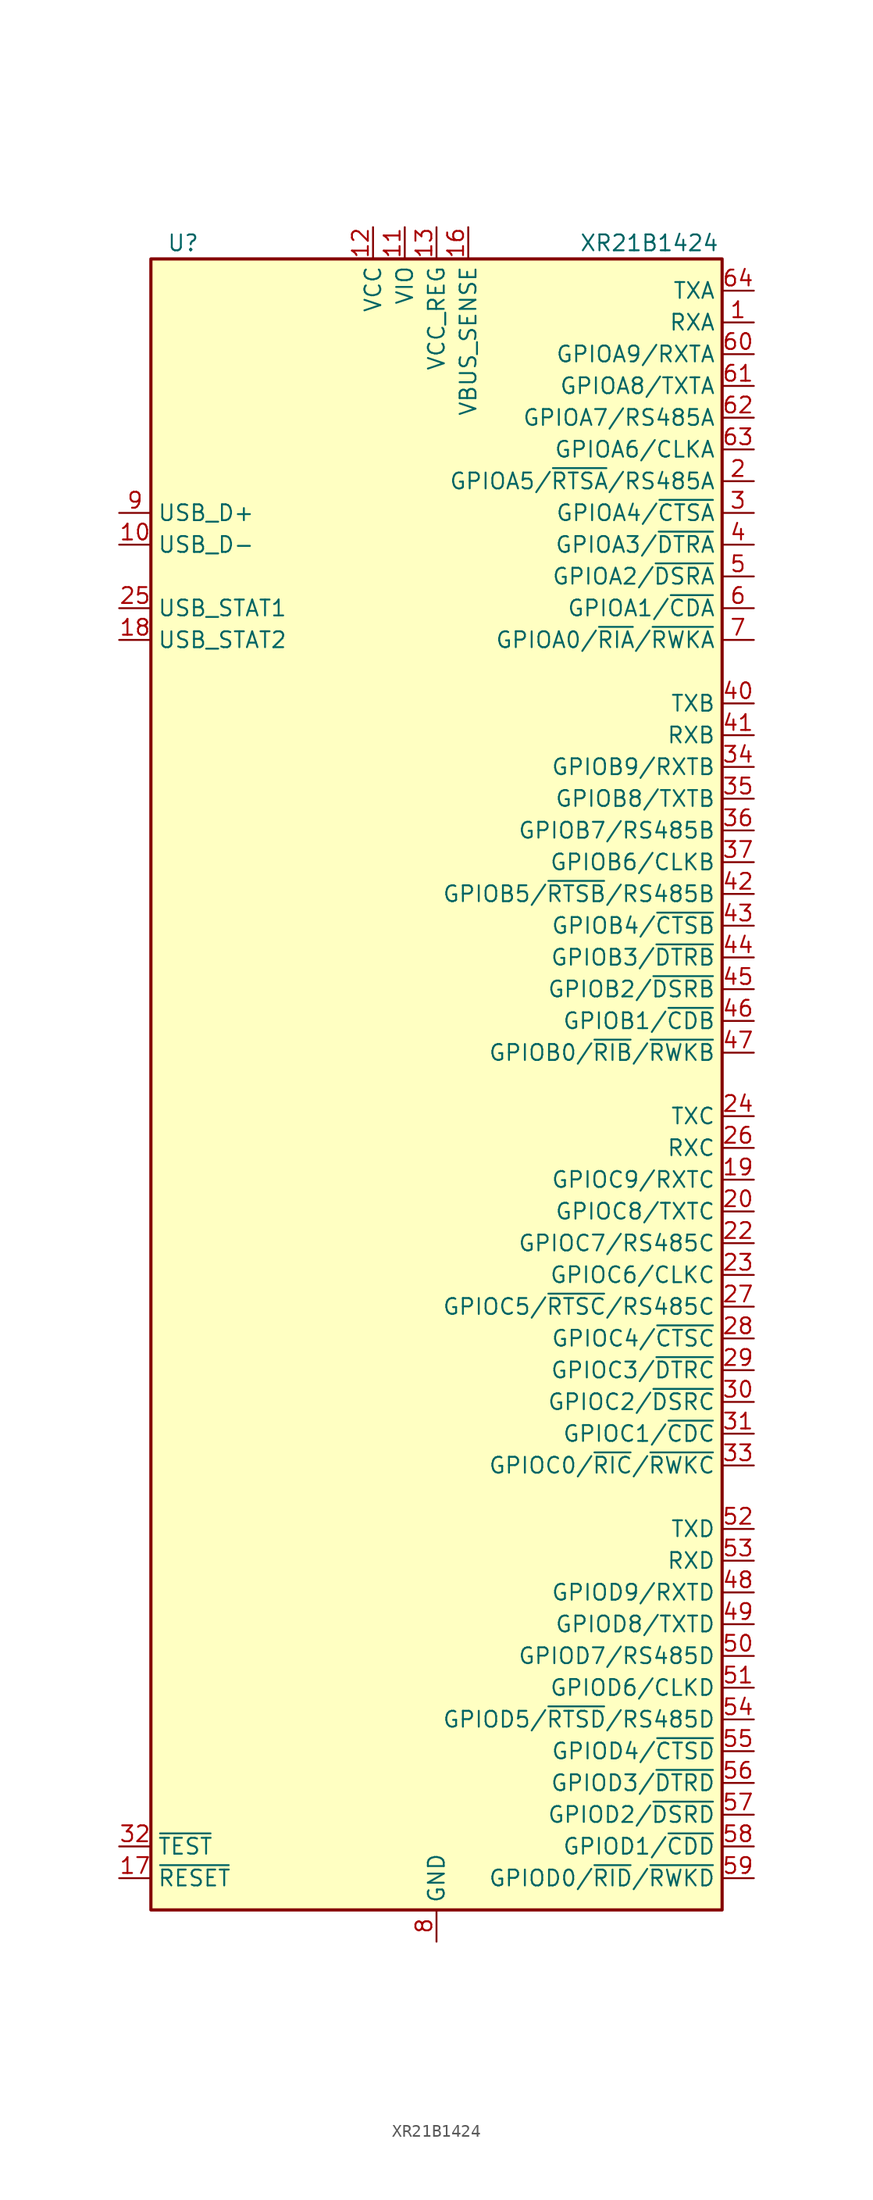
<source format=kicad_sym>
(kicad_symbol_lib
  (version 20231120)
  (generator "kicad_symbol_editor")
  (generator_version "8.0")
  (symbol "XR21B1424"
    (property "Reference" "U"
      (at -21.59 67.31 0)
      (effects (font (size 1.27 1.27)) (justify left)))
    (property "Value" "XR21B1424"
      (at 11.43 67.31 0)
      (effects (font (size 1.27 1.27)) (justify left)))
    (symbol "XR21B1424_0_1"
      (rectangle (start -22.86 66.04) (end 22.86 -66.04) (stroke (width 0.254) (type default)) (fill (type background))))
    (symbol "XR21B1424_1_1"
      (pin input line (at 25.4 60.96 180) (length 2.54) (name "RXA" (effects (font (size 1.27 1.27)))) (number "1" (effects (font (size 1.27 1.27)))))
      (pin bidirectional line (at -25.4 43.18 0) (length 2.54) (name "USB_D-" (effects (font (size 1.27 1.27)))) (number "10" (effects (font (size 1.27 1.27)))))
      (pin power_in line (at -2.54 68.58 270) (length 2.54) (name "VIO" (effects (font (size 1.27 1.27)))) (number "11" (effects (font (size 1.27 1.27)))))
      (pin power_in line (at -5.08 68.58 270) (length 2.54) (name "VCC" (effects (font (size 1.27 1.27)))) (number "12" (effects (font (size 1.27 1.27)))))
      (pin power_in line (at 0 68.58 270) (length 2.54) (name "VCC_REG" (effects (font (size 1.27 1.27)))) (number "13" (effects (font (size 1.27 1.27)))))
      (pin passive line (at 0 -68.58 90) (length 2.54) hide (name "GND" (effects (font (size 1.27 1.27)))) (number "14" (effects (font (size 1.27 1.27)))))
      (pin passive line (at 0 -68.58 90) (length 2.54) hide (name "GND" (effects (font (size 1.27 1.27)))) (number "15" (effects (font (size 1.27 1.27)))))
      (pin input line (at 2.54 68.58 270) (length 2.54) (name "VBUS_SENSE" (effects (font (size 1.27 1.27)))) (number "16" (effects (font (size 1.27 1.27)))))
      (pin passive line (at -25.4 -63.5 0) (length 2.54) (name "~{RESET}" (effects (font (size 1.27 1.27)))) (number "17" (effects (font (size 1.27 1.27)))))
      (pin output line (at -25.4 35.56 0) (length 2.54) (name "USB_STAT2" (effects (font (size 1.27 1.27)))) (number "18" (effects (font (size 1.27 1.27)))))
      (pin bidirectional line (at 25.4 -7.62 180) (length 2.54) (name "GPIOC9/RXTC" (effects (font (size 1.27 1.27)))) (number "19" (effects (font (size 1.27 1.27)))))
      (pin bidirectional line (at 25.4 48.26 180) (length 2.54) (name "GPIOA5/~{RTSA}/RS485A" (effects (font (size 1.27 1.27)))) (number "2" (effects (font (size 1.27 1.27)))))
      (pin bidirectional line (at 25.4 -10.16 180) (length 2.54) (name "GPIOC8/TXTC" (effects (font (size 1.27 1.27)))) (number "20" (effects (font (size 1.27 1.27)))))
      (pin passive line (at 0 -68.58 90) (length 2.54) hide (name "GND" (effects (font (size 1.27 1.27)))) (number "21" (effects (font (size 1.27 1.27)))))
      (pin bidirectional line (at 25.4 -12.7 180) (length 2.54) (name "GPIOC7/RS485C" (effects (font (size 1.27 1.27)))) (number "22" (effects (font (size 1.27 1.27)))))
      (pin bidirectional line (at 25.4 -15.24 180) (length 2.54) (name "GPIOC6/CLKC" (effects (font (size 1.27 1.27)))) (number "23" (effects (font (size 1.27 1.27)))))
      (pin output line (at 25.4 -2.54 180) (length 2.54) (name "TXC" (effects (font (size 1.27 1.27)))) (number "24" (effects (font (size 1.27 1.27)))))
      (pin output line (at -25.4 38.1 0) (length 2.54) (name "USB_STAT1" (effects (font (size 1.27 1.27)))) (number "25" (effects (font (size 1.27 1.27)))))
      (pin input line (at 25.4 -5.08 180) (length 2.54) (name "RXC" (effects (font (size 1.27 1.27)))) (number "26" (effects (font (size 1.27 1.27)))))
      (pin bidirectional line (at 25.4 -17.78 180) (length 2.54) (name "GPIOC5/~{RTSC}/RS485C" (effects (font (size 1.27 1.27)))) (number "27" (effects (font (size 1.27 1.27)))))
      (pin bidirectional line (at 25.4 -20.32 180) (length 2.54) (name "GPIOC4/~{CTSC}" (effects (font (size 1.27 1.27)))) (number "28" (effects (font (size 1.27 1.27)))))
      (pin bidirectional line (at 25.4 -22.86 180) (length 2.54) (name "GPIOC3/~{DTRC}" (effects (font (size 1.27 1.27)))) (number "29" (effects (font (size 1.27 1.27)))))
      (pin bidirectional line (at 25.4 45.72 180) (length 2.54) (name "GPIOA4/~{CTSA}" (effects (font (size 1.27 1.27)))) (number "3" (effects (font (size 1.27 1.27)))))
      (pin bidirectional line (at 25.4 -25.4 180) (length 2.54) (name "GPIOC2/~{DSRC}" (effects (font (size 1.27 1.27)))) (number "30" (effects (font (size 1.27 1.27)))))
      (pin bidirectional line (at 25.4 -27.94 180) (length 2.54) (name "GPIOC1/~{CDC}" (effects (font (size 1.27 1.27)))) (number "31" (effects (font (size 1.27 1.27)))))
      (pin passive line (at -25.4 -60.96 0) (length 2.54) (name "~{TEST}" (effects (font (size 1.27 1.27)))) (number "32" (effects (font (size 1.27 1.27)))))
      (pin bidirectional line (at 25.4 -30.48 180) (length 2.54) (name "GPIOC0/~{RIC}/~{RWKC}" (effects (font (size 1.27 1.27)))) (number "33" (effects (font (size 1.27 1.27)))))
      (pin bidirectional line (at 25.4 25.4 180) (length 2.54) (name "GPIOB9/RXTB" (effects (font (size 1.27 1.27)))) (number "34" (effects (font (size 1.27 1.27)))))
      (pin bidirectional line (at 25.4 22.86 180) (length 2.54) (name "GPIOB8/TXTB" (effects (font (size 1.27 1.27)))) (number "35" (effects (font (size 1.27 1.27)))))
      (pin bidirectional line (at 25.4 20.32 180) (length 2.54) (name "GPIOB7/RS485B" (effects (font (size 1.27 1.27)))) (number "36" (effects (font (size 1.27 1.27)))))
      (pin bidirectional line (at 25.4 17.78 180) (length 2.54) (name "GPIOB6/CLKB" (effects (font (size 1.27 1.27)))) (number "37" (effects (font (size 1.27 1.27)))))
      (pin passive line (at -2.54 68.58 270) (length 2.54) hide (name "VIO" (effects (font (size 1.27 1.27)))) (number "38" (effects (font (size 1.27 1.27)))))
      (pin passive line (at 0 -68.58 90) (length 2.54) hide (name "GND" (effects (font (size 1.27 1.27)))) (number "39" (effects (font (size 1.27 1.27)))))
      (pin bidirectional line (at 25.4 43.18 180) (length 2.54) (name "GPIOA3/~{DTRA}" (effects (font (size 1.27 1.27)))) (number "4" (effects (font (size 1.27 1.27)))))
      (pin output line (at 25.4 30.48 180) (length 2.54) (name "TXB" (effects (font (size 1.27 1.27)))) (number "40" (effects (font (size 1.27 1.27)))))
      (pin input line (at 25.4 27.94 180) (length 2.54) (name "RXB" (effects (font (size 1.27 1.27)))) (number "41" (effects (font (size 1.27 1.27)))))
      (pin bidirectional line (at 25.4 15.24 180) (length 2.54) (name "GPIOB5/~{RTSB}/RS485B" (effects (font (size 1.27 1.27)))) (number "42" (effects (font (size 1.27 1.27)))))
      (pin bidirectional line (at 25.4 12.7 180) (length 2.54) (name "GPIOB4/~{CTSB}" (effects (font (size 1.27 1.27)))) (number "43" (effects (font (size 1.27 1.27)))))
      (pin bidirectional line (at 25.4 10.16 180) (length 2.54) (name "GPIOB3/~{DTRB}" (effects (font (size 1.27 1.27)))) (number "44" (effects (font (size 1.27 1.27)))))
      (pin bidirectional line (at 25.4 7.62 180) (length 2.54) (name "GPIOB2/~{DSRB}" (effects (font (size 1.27 1.27)))) (number "45" (effects (font (size 1.27 1.27)))))
      (pin bidirectional line (at 25.4 5.08 180) (length 2.54) (name "GPIOB1/~{CDB}" (effects (font (size 1.27 1.27)))) (number "46" (effects (font (size 1.27 1.27)))))
      (pin bidirectional line (at 25.4 2.54 180) (length 2.54) (name "GPIOB0/~{RIB}/~{RWKB}" (effects (font (size 1.27 1.27)))) (number "47" (effects (font (size 1.27 1.27)))))
      (pin bidirectional line (at 25.4 -40.64 180) (length 2.54) (name "GPIOD9/RXTD" (effects (font (size 1.27 1.27)))) (number "48" (effects (font (size 1.27 1.27)))))
      (pin bidirectional line (at 25.4 -43.18 180) (length 2.54) (name "GPIOD8/TXTD" (effects (font (size 1.27 1.27)))) (number "49" (effects (font (size 1.27 1.27)))))
      (pin bidirectional line (at 25.4 40.64 180) (length 2.54) (name "GPIOA2/~{DSRA}" (effects (font (size 1.27 1.27)))) (number "5" (effects (font (size 1.27 1.27)))))
      (pin bidirectional line (at 25.4 -45.72 180) (length 2.54) (name "GPIOD7/RS485D" (effects (font (size 1.27 1.27)))) (number "50" (effects (font (size 1.27 1.27)))))
      (pin bidirectional line (at 25.4 -48.26 180) (length 2.54) (name "GPIOD6/CLKD" (effects (font (size 1.27 1.27)))) (number "51" (effects (font (size 1.27 1.27)))))
      (pin output line (at 25.4 -35.56 180) (length 2.54) (name "TXD" (effects (font (size 1.27 1.27)))) (number "52" (effects (font (size 1.27 1.27)))))
      (pin input line (at 25.4 -38.1 180) (length 2.54) (name "RXD" (effects (font (size 1.27 1.27)))) (number "53" (effects (font (size 1.27 1.27)))))
      (pin bidirectional line (at 25.4 -50.8 180) (length 2.54) (name "GPIOD5/~{RTSD}/RS485D" (effects (font (size 1.27 1.27)))) (number "54" (effects (font (size 1.27 1.27)))))
      (pin bidirectional line (at 25.4 -53.34 180) (length 2.54) (name "GPIOD4/~{CTSD}" (effects (font (size 1.27 1.27)))) (number "55" (effects (font (size 1.27 1.27)))))
      (pin bidirectional line (at 25.4 -55.88 180) (length 2.54) (name "GPIOD3/~{DTRD}" (effects (font (size 1.27 1.27)))) (number "56" (effects (font (size 1.27 1.27)))))
      (pin bidirectional line (at 25.4 -58.42 180) (length 2.54) (name "GPIOD2/~{DSRD}" (effects (font (size 1.27 1.27)))) (number "57" (effects (font (size 1.27 1.27)))))
      (pin bidirectional line (at 25.4 -60.96 180) (length 2.54) (name "GPIOD1/~{CDD}" (effects (font (size 1.27 1.27)))) (number "58" (effects (font (size 1.27 1.27)))))
      (pin bidirectional line (at 25.4 -63.5 180) (length 2.54) (name "GPIOD0/~{RID}/~{RWKD}" (effects (font (size 1.27 1.27)))) (number "59" (effects (font (size 1.27 1.27)))))
      (pin bidirectional line (at 25.4 38.1 180) (length 2.54) (name "GPIOA1/~{CDA}" (effects (font (size 1.27 1.27)))) (number "6" (effects (font (size 1.27 1.27)))))
      (pin bidirectional line (at 25.4 58.42 180) (length 2.54) (name "GPIOA9/RXTA" (effects (font (size 1.27 1.27)))) (number "60" (effects (font (size 1.27 1.27)))))
      (pin bidirectional line (at 25.4 55.88 180) (length 2.54) (name "GPIOA8/TXTA" (effects (font (size 1.27 1.27)))) (number "61" (effects (font (size 1.27 1.27)))))
      (pin bidirectional line (at 25.4 53.34 180) (length 2.54) (name "GPIOA7/RS485A" (effects (font (size 1.27 1.27)))) (number "62" (effects (font (size 1.27 1.27)))))
      (pin bidirectional line (at 25.4 50.8 180) (length 2.54) (name "GPIOA6/CLKA" (effects (font (size 1.27 1.27)))) (number "63" (effects (font (size 1.27 1.27)))))
      (pin output line (at 25.4 63.5 180) (length 2.54) (name "TXA" (effects (font (size 1.27 1.27)))) (number "64" (effects (font (size 1.27 1.27)))))
      (pin bidirectional line (at 25.4 35.56 180) (length 2.54) (name "GPIOA0/~{RIA}/~{RWKA}" (effects (font (size 1.27 1.27)))) (number "7" (effects (font (size 1.27 1.27)))))
      (pin power_in line (at 0 -68.58 90) (length 2.54) (name "GND" (effects (font (size 1.27 1.27)))) (number "8" (effects (font (size 1.27 1.27)))))
      (pin bidirectional line (at -25.4 45.72 0) (length 2.54) (name "USB_D+" (effects (font (size 1.27 1.27)))) (number "9" (effects (font (size 1.27 1.27))))))))
</source>
